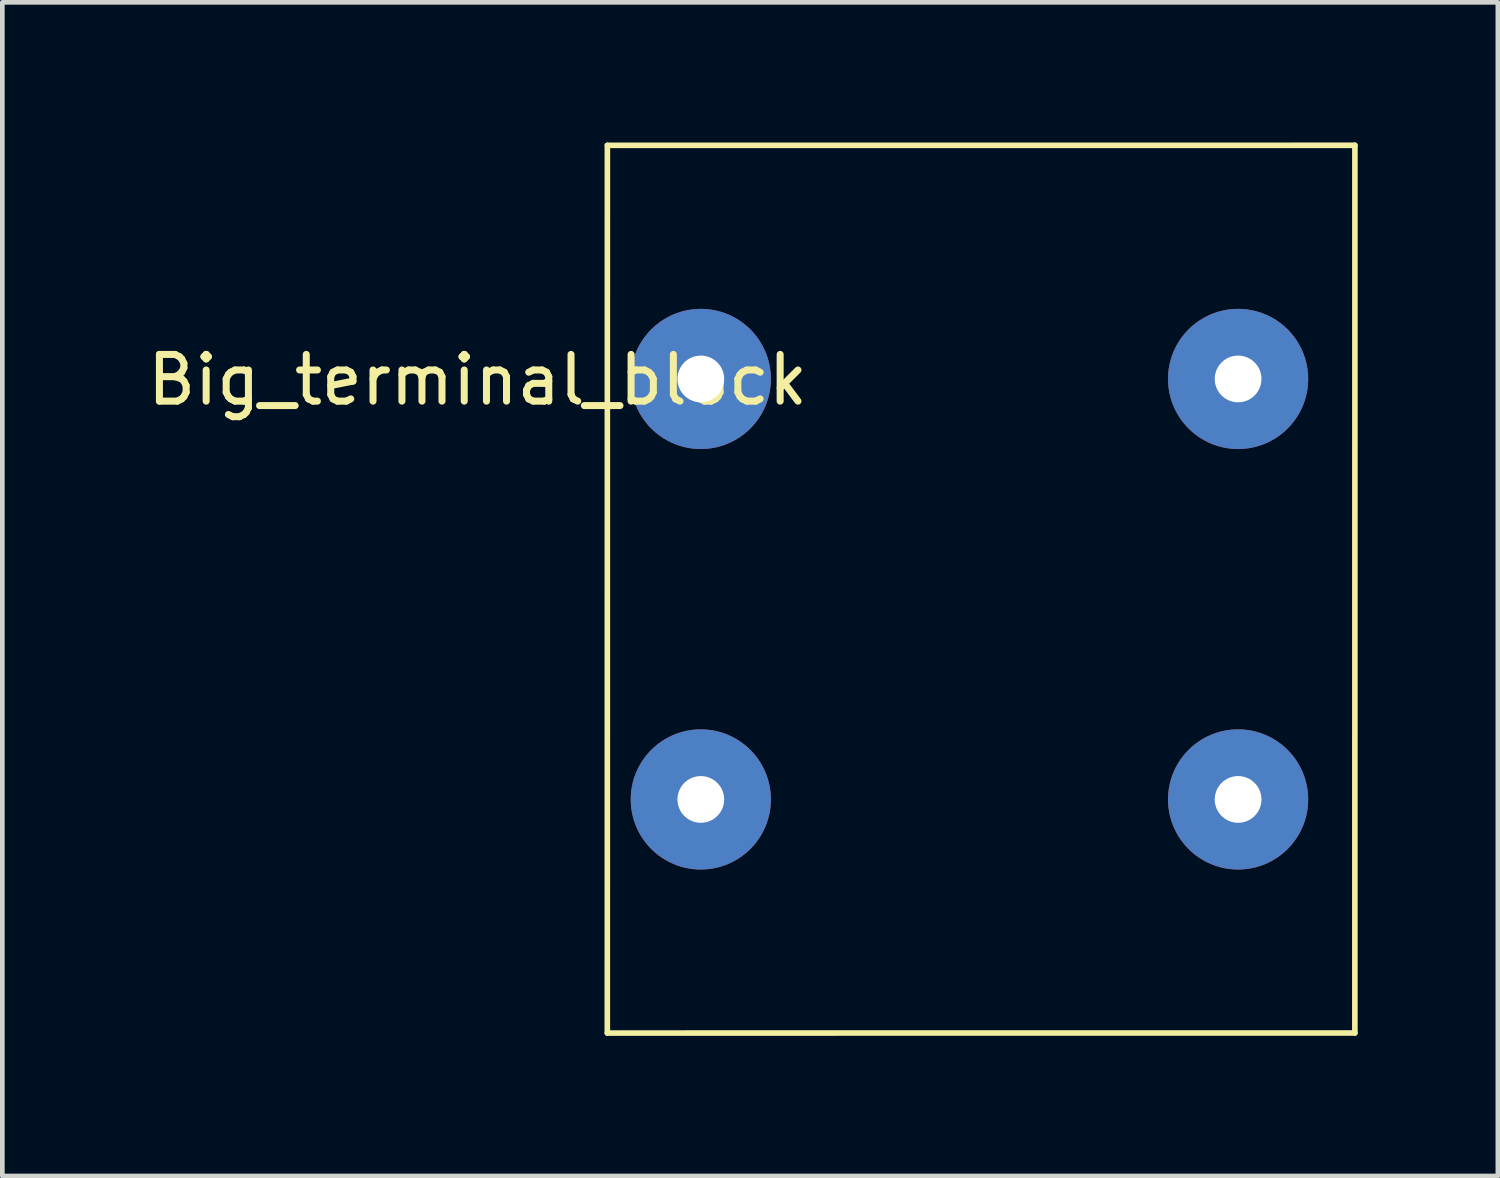
<source format=kicad_pcb>
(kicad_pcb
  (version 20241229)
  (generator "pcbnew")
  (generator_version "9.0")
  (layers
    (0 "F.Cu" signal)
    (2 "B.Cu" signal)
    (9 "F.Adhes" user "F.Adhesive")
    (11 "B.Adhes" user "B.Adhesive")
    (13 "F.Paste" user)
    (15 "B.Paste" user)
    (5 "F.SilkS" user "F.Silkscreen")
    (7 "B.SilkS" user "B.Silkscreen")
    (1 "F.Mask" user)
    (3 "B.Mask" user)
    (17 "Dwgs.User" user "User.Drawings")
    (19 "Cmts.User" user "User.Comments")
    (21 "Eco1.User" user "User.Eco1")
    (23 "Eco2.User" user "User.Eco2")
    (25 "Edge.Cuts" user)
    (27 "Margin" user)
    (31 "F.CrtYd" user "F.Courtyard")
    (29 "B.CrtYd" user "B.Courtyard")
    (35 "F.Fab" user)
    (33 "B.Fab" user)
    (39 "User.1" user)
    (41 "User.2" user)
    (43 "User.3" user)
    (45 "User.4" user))
  (footprint "Big_terminal_block"
    (layer "F.Cu")
    (at 11.95 5.061)
    (property "Reference" "Big_terminal_block" (at -4.778 0.02 0) (layer "F.SilkS") (effects (font (size 1 1) (thickness 0.15))))
    (attr through_hole)
    (fp_line (start -2.001 14) (end 13.999 13.999) (stroke (width 0.12) (type solid)) (layer "F.SilkS"))
    (fp_line (start -2 -5) (end -2.001 14) (stroke (width 0.12) (type solid)) (layer "F.SilkS"))
    (fp_line (start -2 -5) (end 14 -5.001) (stroke (width 0.12) (type solid)) (layer "F.SilkS"))
    (fp_line (start 14 -5.001) (end 13.999 13.999) (stroke (width 0.12) (type solid)) (layer "F.SilkS"))
    (pad "1" thru_hole circle (at 0 0) (size 3 3) (drill 1) (layers "*.Cu" "*.Mask"))
    (pad "1" thru_hole circle (at 11.5 0) (size 3 3) (drill 1) (layers "*.Cu" "*.Mask"))
    (pad "2" thru_hole circle (at 0 9) (size 3 3) (drill 1) (layers "*.Cu" "*.Mask"))
    (pad "2" thru_hole circle (at 11.5 9) (size 3 3) (drill 1) (layers "*.Cu" "*.Mask")))
  (gr_rect
    (start -3 -3)
    (end 29.01 22.121)
    (stroke (width 0.1) (type default))
    (fill no)
    (layer "Edge.Cuts")))
</source>
